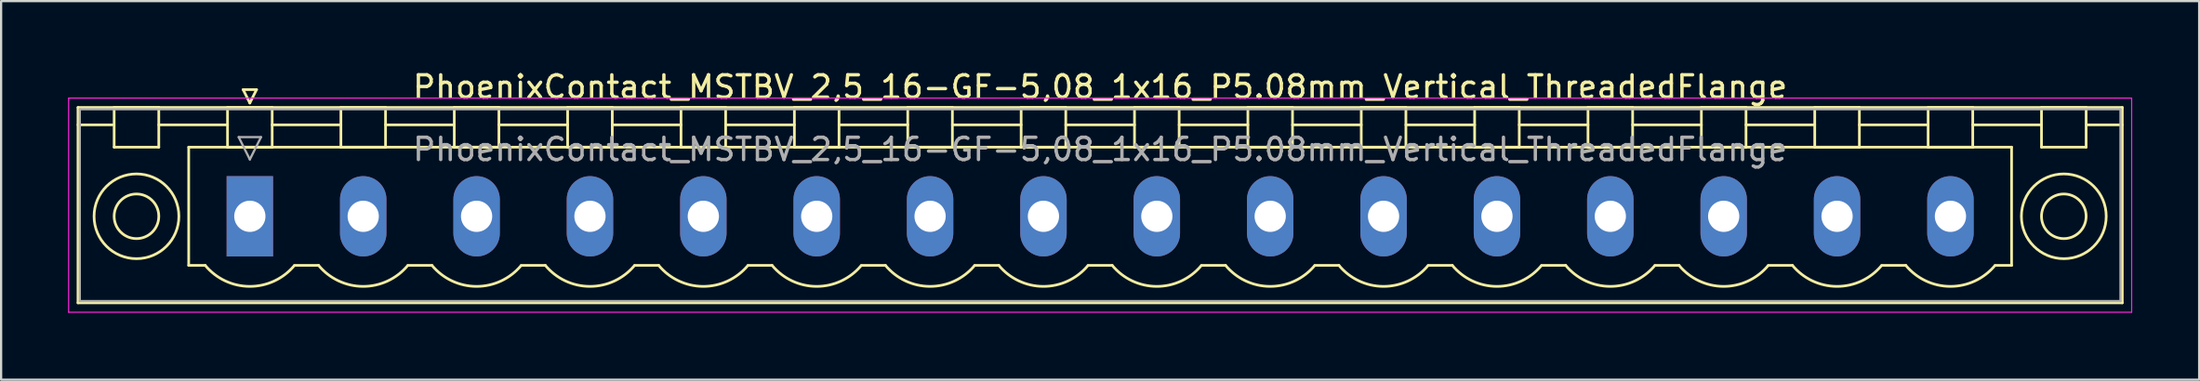
<source format=kicad_pcb>
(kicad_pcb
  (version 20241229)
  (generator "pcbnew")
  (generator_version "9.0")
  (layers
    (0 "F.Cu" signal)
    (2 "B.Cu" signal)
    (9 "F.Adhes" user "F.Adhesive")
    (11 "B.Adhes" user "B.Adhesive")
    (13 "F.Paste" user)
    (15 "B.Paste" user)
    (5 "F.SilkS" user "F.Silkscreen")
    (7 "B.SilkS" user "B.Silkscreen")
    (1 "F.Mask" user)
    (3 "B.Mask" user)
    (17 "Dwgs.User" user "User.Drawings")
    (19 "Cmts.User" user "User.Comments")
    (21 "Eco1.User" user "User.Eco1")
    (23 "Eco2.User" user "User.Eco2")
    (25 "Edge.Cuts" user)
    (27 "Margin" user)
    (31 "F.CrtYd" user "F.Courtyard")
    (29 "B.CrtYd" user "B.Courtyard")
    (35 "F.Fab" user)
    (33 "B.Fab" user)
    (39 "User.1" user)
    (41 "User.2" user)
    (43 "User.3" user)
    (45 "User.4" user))
  (footprint "PhoenixContact_MSTBV_2,5_16-GF-5,08_1x16_P5.08mm_Vertical_ThreadedFlange"
    (layer "F.Cu")
    (at 8.145 6.648)
    (property "Reference" "PhoenixContact_MSTBV_2,5_16-GF-5,08_1x16_P5.08mm_Vertical_ThreadedFlange" (at 38.1 -5.8 0) (layer "F.SilkS") (effects (font (size 1 1) (thickness 0.15))))
    (attr through_hole)
    (fp_line (start -7.7 -4.88) (end -7.7 3.88) (stroke (width 0.12) (type solid)) (layer "F.SilkS"))
    (fp_line (start -7.7 -4.1) (end -6.16 -4.1) (stroke (width 0.12) (type solid)) (layer "F.SilkS"))
    (fp_line (start -7.7 3.88) (end 83.9 3.88) (stroke (width 0.12) (type solid)) (layer "F.SilkS"))
    (fp_line (start -6.08 -4.88) (end -4.08 -4.88) (stroke (width 0.12) (type solid)) (layer "F.SilkS"))
    (fp_line (start -6.08 -3.1) (end -6.08 -4.88) (stroke (width 0.12) (type solid)) (layer "F.SilkS"))
    (fp_line (start -4.08 -4.88) (end -4.08 -3.1) (stroke (width 0.12) (type solid)) (layer "F.SilkS"))
    (fp_line (start -4.08 -4.1) (end -1 -4.1) (stroke (width 0.12) (type solid)) (layer "F.SilkS"))
    (fp_line (start -4.08 -3.1) (end -6.08 -3.1) (stroke (width 0.12) (type solid)) (layer "F.SilkS"))
    (fp_line (start -2.74 -3.1) (end 78.94 -3.1) (stroke (width 0.12) (type solid)) (layer "F.SilkS"))
    (fp_line (start -2.74 2.2) (end -2.74 -3.1) (stroke (width 0.12) (type solid)) (layer "F.SilkS"))
    (fp_line (start -2 2.2) (end -2.74 2.2) (stroke (width 0.12) (type solid)) (layer "F.SilkS"))
    (fp_line (start -1 -4.88) (end 1 -4.88) (stroke (width 0.12) (type solid)) (layer "F.SilkS"))
    (fp_line (start -1 -3.1) (end -1 -4.88) (stroke (width 0.12) (type solid)) (layer "F.SilkS"))
    (fp_line (start -0.3 -5.68) (end 0.3 -5.68) (stroke (width 0.12) (type solid)) (layer "F.SilkS"))
    (fp_line (start 0 -5.08) (end -0.3 -5.68) (stroke (width 0.12) (type solid)) (layer "F.SilkS"))
    (fp_line (start 0.3 -5.68) (end 0 -5.08) (stroke (width 0.12) (type solid)) (layer "F.SilkS"))
    (fp_line (start 1 -4.88) (end 1 -3.1) (stroke (width 0.12) (type solid)) (layer "F.SilkS"))
    (fp_line (start 1 -4.1) (end 4.08 -4.1) (stroke (width 0.12) (type solid)) (layer "F.SilkS"))
    (fp_line (start 1 -3.1) (end -1 -3.1) (stroke (width 0.12) (type solid)) (layer "F.SilkS"))
    (fp_line (start 2 2.2) (end 3.08 2.2) (stroke (width 0.12) (type solid)) (layer "F.SilkS"))
    (fp_line (start 4.08 -4.88) (end 6.08 -4.88) (stroke (width 0.12) (type solid)) (layer "F.SilkS"))
    (fp_line (start 4.08 -3.1) (end 4.08 -4.88) (stroke (width 0.12) (type solid)) (layer "F.SilkS"))
    (fp_line (start 6.08 -4.88) (end 6.08 -3.1) (stroke (width 0.12) (type solid)) (layer "F.SilkS"))
    (fp_line (start 6.08 -4.1) (end 9.16 -4.1) (stroke (width 0.12) (type solid)) (layer "F.SilkS"))
    (fp_line (start 6.08 -3.1) (end 4.08 -3.1) (stroke (width 0.12) (type solid)) (layer "F.SilkS"))
    (fp_line (start 7.08 2.2) (end 8.16 2.2) (stroke (width 0.12) (type solid)) (layer "F.SilkS"))
    (fp_line (start 9.16 -4.88) (end 11.16 -4.88) (stroke (width 0.12) (type solid)) (layer "F.SilkS"))
    (fp_line (start 9.16 -3.1) (end 9.16 -4.88) (stroke (width 0.12) (type solid)) (layer "F.SilkS"))
    (fp_line (start 11.16 -4.88) (end 11.16 -3.1) (stroke (width 0.12) (type solid)) (layer "F.SilkS"))
    (fp_line (start 11.16 -4.1) (end 14.24 -4.1) (stroke (width 0.12) (type solid)) (layer "F.SilkS"))
    (fp_line (start 11.16 -3.1) (end 9.16 -3.1) (stroke (width 0.12) (type solid)) (layer "F.SilkS"))
    (fp_line (start 12.16 2.2) (end 13.24 2.2) (stroke (width 0.12) (type solid)) (layer "F.SilkS"))
    (fp_line (start 14.24 -4.88) (end 16.24 -4.88) (stroke (width 0.12) (type solid)) (layer "F.SilkS"))
    (fp_line (start 14.24 -3.1) (end 14.24 -4.88) (stroke (width 0.12) (type solid)) (layer "F.SilkS"))
    (fp_line (start 16.24 -4.88) (end 16.24 -3.1) (stroke (width 0.12) (type solid)) (layer "F.SilkS"))
    (fp_line (start 16.24 -4.1) (end 19.32 -4.1) (stroke (width 0.12) (type solid)) (layer "F.SilkS"))
    (fp_line (start 16.24 -3.1) (end 14.24 -3.1) (stroke (width 0.12) (type solid)) (layer "F.SilkS"))
    (fp_line (start 17.24 2.2) (end 18.32 2.2) (stroke (width 0.12) (type solid)) (layer "F.SilkS"))
    (fp_line (start 19.32 -4.88) (end 21.32 -4.88) (stroke (width 0.12) (type solid)) (layer "F.SilkS"))
    (fp_line (start 19.32 -3.1) (end 19.32 -4.88) (stroke (width 0.12) (type solid)) (layer "F.SilkS"))
    (fp_line (start 21.32 -4.88) (end 21.32 -3.1) (stroke (width 0.12) (type solid)) (layer "F.SilkS"))
    (fp_line (start 21.32 -4.1) (end 24.4 -4.1) (stroke (width 0.12) (type solid)) (layer "F.SilkS"))
    (fp_line (start 21.32 -3.1) (end 19.32 -3.1) (stroke (width 0.12) (type solid)) (layer "F.SilkS"))
    (fp_line (start 22.32 2.2) (end 23.4 2.2) (stroke (width 0.12) (type solid)) (layer "F.SilkS"))
    (fp_line (start 24.4 -4.88) (end 26.4 -4.88) (stroke (width 0.12) (type solid)) (layer "F.SilkS"))
    (fp_line (start 24.4 -3.1) (end 24.4 -4.88) (stroke (width 0.12) (type solid)) (layer "F.SilkS"))
    (fp_line (start 26.4 -4.88) (end 26.4 -3.1) (stroke (width 0.12) (type solid)) (layer "F.SilkS"))
    (fp_line (start 26.4 -4.1) (end 29.48 -4.1) (stroke (width 0.12) (type solid)) (layer "F.SilkS"))
    (fp_line (start 26.4 -3.1) (end 24.4 -3.1) (stroke (width 0.12) (type solid)) (layer "F.SilkS"))
    (fp_line (start 27.4 2.2) (end 28.48 2.2) (stroke (width 0.12) (type solid)) (layer "F.SilkS"))
    (fp_line (start 29.48 -4.88) (end 31.48 -4.88) (stroke (width 0.12) (type solid)) (layer "F.SilkS"))
    (fp_line (start 29.48 -3.1) (end 29.48 -4.88) (stroke (width 0.12) (type solid)) (layer "F.SilkS"))
    (fp_line (start 31.48 -4.88) (end 31.48 -3.1) (stroke (width 0.12) (type solid)) (layer "F.SilkS"))
    (fp_line (start 31.48 -4.1) (end 34.56 -4.1) (stroke (width 0.12) (type solid)) (layer "F.SilkS"))
    (fp_line (start 31.48 -3.1) (end 29.48 -3.1) (stroke (width 0.12) (type solid)) (layer "F.SilkS"))
    (fp_line (start 32.48 2.2) (end 33.56 2.2) (stroke (width 0.12) (type solid)) (layer "F.SilkS"))
    (fp_line (start 34.56 -4.88) (end 36.56 -4.88) (stroke (width 0.12) (type solid)) (layer "F.SilkS"))
    (fp_line (start 34.56 -3.1) (end 34.56 -4.88) (stroke (width 0.12) (type solid)) (layer "F.SilkS"))
    (fp_line (start 36.56 -4.88) (end 36.56 -3.1) (stroke (width 0.12) (type solid)) (layer "F.SilkS"))
    (fp_line (start 36.56 -4.1) (end 39.64 -4.1) (stroke (width 0.12) (type solid)) (layer "F.SilkS"))
    (fp_line (start 36.56 -3.1) (end 34.56 -3.1) (stroke (width 0.12) (type solid)) (layer "F.SilkS"))
    (fp_line (start 37.56 2.2) (end 38.64 2.2) (stroke (width 0.12) (type solid)) (layer "F.SilkS"))
    (fp_line (start 39.64 -4.88) (end 41.64 -4.88) (stroke (width 0.12) (type solid)) (layer "F.SilkS"))
    (fp_line (start 39.64 -3.1) (end 39.64 -4.88) (stroke (width 0.12) (type solid)) (layer "F.SilkS"))
    (fp_line (start 41.64 -4.88) (end 41.64 -3.1) (stroke (width 0.12) (type solid)) (layer "F.SilkS"))
    (fp_line (start 41.64 -4.1) (end 44.72 -4.1) (stroke (width 0.12) (type solid)) (layer "F.SilkS"))
    (fp_line (start 41.64 -3.1) (end 39.64 -3.1) (stroke (width 0.12) (type solid)) (layer "F.SilkS"))
    (fp_line (start 42.64 2.2) (end 43.72 2.2) (stroke (width 0.12) (type solid)) (layer "F.SilkS"))
    (fp_line (start 44.72 -4.88) (end 46.72 -4.88) (stroke (width 0.12) (type solid)) (layer "F.SilkS"))
    (fp_line (start 44.72 -3.1) (end 44.72 -4.88) (stroke (width 0.12) (type solid)) (layer "F.SilkS"))
    (fp_line (start 46.72 -4.88) (end 46.72 -3.1) (stroke (width 0.12) (type solid)) (layer "F.SilkS"))
    (fp_line (start 46.72 -4.1) (end 49.8 -4.1) (stroke (width 0.12) (type solid)) (layer "F.SilkS"))
    (fp_line (start 46.72 -3.1) (end 44.72 -3.1) (stroke (width 0.12) (type solid)) (layer "F.SilkS"))
    (fp_line (start 47.72 2.2) (end 48.8 2.2) (stroke (width 0.12) (type solid)) (layer "F.SilkS"))
    (fp_line (start 49.8 -4.88) (end 51.8 -4.88) (stroke (width 0.12) (type solid)) (layer "F.SilkS"))
    (fp_line (start 49.8 -3.1) (end 49.8 -4.88) (stroke (width 0.12) (type solid)) (layer "F.SilkS"))
    (fp_line (start 51.8 -4.88) (end 51.8 -3.1) (stroke (width 0.12) (type solid)) (layer "F.SilkS"))
    (fp_line (start 51.8 -4.1) (end 54.88 -4.1) (stroke (width 0.12) (type solid)) (layer "F.SilkS"))
    (fp_line (start 51.8 -3.1) (end 49.8 -3.1) (stroke (width 0.12) (type solid)) (layer "F.SilkS"))
    (fp_line (start 52.8 2.2) (end 53.88 2.2) (stroke (width 0.12) (type solid)) (layer "F.SilkS"))
    (fp_line (start 54.88 -4.88) (end 56.88 -4.88) (stroke (width 0.12) (type solid)) (layer "F.SilkS"))
    (fp_line (start 54.88 -3.1) (end 54.88 -4.88) (stroke (width 0.12) (type solid)) (layer "F.SilkS"))
    (fp_line (start 56.88 -4.88) (end 56.88 -3.1) (stroke (width 0.12) (type solid)) (layer "F.SilkS"))
    (fp_line (start 56.88 -4.1) (end 59.96 -4.1) (stroke (width 0.12) (type solid)) (layer "F.SilkS"))
    (fp_line (start 56.88 -3.1) (end 54.88 -3.1) (stroke (width 0.12) (type solid)) (layer "F.SilkS"))
    (fp_line (start 57.88 2.2) (end 58.96 2.2) (stroke (width 0.12) (type solid)) (layer "F.SilkS"))
    (fp_line (start 59.96 -4.88) (end 61.96 -4.88) (stroke (width 0.12) (type solid)) (layer "F.SilkS"))
    (fp_line (start 59.96 -3.1) (end 59.96 -4.88) (stroke (width 0.12) (type solid)) (layer "F.SilkS"))
    (fp_line (start 61.96 -4.88) (end 61.96 -3.1) (stroke (width 0.12) (type solid)) (layer "F.SilkS"))
    (fp_line (start 61.96 -4.1) (end 65.04 -4.1) (stroke (width 0.12) (type solid)) (layer "F.SilkS"))
    (fp_line (start 61.96 -3.1) (end 59.96 -3.1) (stroke (width 0.12) (type solid)) (layer "F.SilkS"))
    (fp_line (start 62.96 2.2) (end 64.04 2.2) (stroke (width 0.12) (type solid)) (layer "F.SilkS"))
    (fp_line (start 65.04 -4.88) (end 67.04 -4.88) (stroke (width 0.12) (type solid)) (layer "F.SilkS"))
    (fp_line (start 65.04 -3.1) (end 65.04 -4.88) (stroke (width 0.12) (type solid)) (layer "F.SilkS"))
    (fp_line (start 67.04 -4.88) (end 67.04 -3.1) (stroke (width 0.12) (type solid)) (layer "F.SilkS"))
    (fp_line (start 67.04 -4.1) (end 70.12 -4.1) (stroke (width 0.12) (type solid)) (layer "F.SilkS"))
    (fp_line (start 67.04 -3.1) (end 65.04 -3.1) (stroke (width 0.12) (type solid)) (layer "F.SilkS"))
    (fp_line (start 68.04 2.2) (end 69.12 2.2) (stroke (width 0.12) (type solid)) (layer "F.SilkS"))
    (fp_line (start 70.12 -4.88) (end 72.12 -4.88) (stroke (width 0.12) (type solid)) (layer "F.SilkS"))
    (fp_line (start 70.12 -3.1) (end 70.12 -4.88) (stroke (width 0.12) (type solid)) (layer "F.SilkS"))
    (fp_line (start 72.12 -4.88) (end 72.12 -3.1) (stroke (width 0.12) (type solid)) (layer "F.SilkS"))
    (fp_line (start 72.12 -4.1) (end 75.2 -4.1) (stroke (width 0.12) (type solid)) (layer "F.SilkS"))
    (fp_line (start 72.12 -3.1) (end 70.12 -3.1) (stroke (width 0.12) (type solid)) (layer "F.SilkS"))
    (fp_line (start 73.12 2.2) (end 74.2 2.2) (stroke (width 0.12) (type solid)) (layer "F.SilkS"))
    (fp_line (start 75.2 -4.88) (end 77.2 -4.88) (stroke (width 0.12) (type solid)) (layer "F.SilkS"))
    (fp_line (start 75.2 -3.1) (end 75.2 -4.88) (stroke (width 0.12) (type solid)) (layer "F.SilkS"))
    (fp_line (start 77.2 -4.88) (end 77.2 -3.1) (stroke (width 0.12) (type solid)) (layer "F.SilkS"))
    (fp_line (start 77.2 -4.1) (end 80.28 -4.1) (stroke (width 0.12) (type solid)) (layer "F.SilkS"))
    (fp_line (start 77.2 -3.1) (end 75.2 -3.1) (stroke (width 0.12) (type solid)) (layer "F.SilkS"))
    (fp_line (start 78.94 -3.1) (end 78.94 2.2) (stroke (width 0.12) (type solid)) (layer "F.SilkS"))
    (fp_line (start 78.94 2.2) (end 78.2 2.2) (stroke (width 0.12) (type solid)) (layer "F.SilkS"))
    (fp_line (start 80.28 -4.88) (end 82.28 -4.88) (stroke (width 0.12) (type solid)) (layer "F.SilkS"))
    (fp_line (start 80.28 -3.1) (end 80.28 -4.88) (stroke (width 0.12) (type solid)) (layer "F.SilkS"))
    (fp_line (start 82.28 -4.88) (end 82.28 -3.1) (stroke (width 0.12) (type solid)) (layer "F.SilkS"))
    (fp_line (start 82.28 -3.1) (end 80.28 -3.1) (stroke (width 0.12) (type solid)) (layer "F.SilkS"))
    (fp_line (start 83.9 -4.88) (end -7.7 -4.88) (stroke (width 0.12) (type solid)) (layer "F.SilkS"))
    (fp_line (start 83.9 -4.1) (end 82.36 -4.1) (stroke (width 0.12) (type solid)) (layer "F.SilkS"))
    (fp_line (start 83.9 3.88) (end 83.9 -4.88) (stroke (width 0.12) (type solid)) (layer "F.SilkS"))
    (fp_arc (start 1.986842 2.215821) (mid -0.010289 3.142758) (end -2 2.2) (stroke (width 0.12) (type solid)) (layer "F.SilkS"))
    (fp_arc (start 7.066842 2.215821) (mid 5.069711 3.142758) (end 3.08 2.2) (stroke (width 0.12) (type solid)) (layer "F.SilkS"))
    (fp_arc (start 12.146842 2.215821) (mid 10.149711 3.142758) (end 8.16 2.2) (stroke (width 0.12) (type solid)) (layer "F.SilkS"))
    (fp_arc (start 17.226842 2.215821) (mid 15.229711 3.142758) (end 13.24 2.2) (stroke (width 0.12) (type solid)) (layer "F.SilkS"))
    (fp_arc (start 22.306842 2.215821) (mid 20.309711 3.142758) (end 18.32 2.2) (stroke (width 0.12) (type solid)) (layer "F.SilkS"))
    (fp_arc (start 27.386842 2.215821) (mid 25.389711 3.142758) (end 23.4 2.2) (stroke (width 0.12) (type solid)) (layer "F.SilkS"))
    (fp_arc (start 32.466842 2.215821) (mid 30.469711 3.142758) (end 28.48 2.2) (stroke (width 0.12) (type solid)) (layer "F.SilkS"))
    (fp_arc (start 37.546842 2.215821) (mid 35.549711 3.142758) (end 33.56 2.2) (stroke (width 0.12) (type solid)) (layer "F.SilkS"))
    (fp_arc (start 42.626842 2.215821) (mid 40.629711 3.142758) (end 38.64 2.2) (stroke (width 0.12) (type solid)) (layer "F.SilkS"))
    (fp_arc (start 47.706842 2.215821) (mid 45.709711 3.142758) (end 43.72 2.2) (stroke (width 0.12) (type solid)) (layer "F.SilkS"))
    (fp_arc (start 52.786842 2.215821) (mid 50.789711 3.142758) (end 48.8 2.2) (stroke (width 0.12) (type solid)) (layer "F.SilkS"))
    (fp_arc (start 57.866842 2.215821) (mid 55.869711 3.142758) (end 53.88 2.2) (stroke (width 0.12) (type solid)) (layer "F.SilkS"))
    (fp_arc (start 62.946842 2.215821) (mid 60.949711 3.142758) (end 58.96 2.2) (stroke (width 0.12) (type solid)) (layer "F.SilkS"))
    (fp_arc (start 68.026842 2.215821) (mid 66.029711 3.142758) (end 64.04 2.2) (stroke (width 0.12) (type solid)) (layer "F.SilkS"))
    (fp_arc (start 73.106842 2.215821) (mid 71.109711 3.142758) (end 69.12 2.2) (stroke (width 0.12) (type solid)) (layer "F.SilkS"))
    (fp_arc (start 78.186842 2.215821) (mid 76.189711 3.142758) (end 74.2 2.2) (stroke (width 0.12) (type solid)) (layer "F.SilkS"))
    (fp_circle (center -5.08 0) (end -4.08 0) (stroke (width 0.12) (type solid)) (fill no) (layer "F.SilkS"))
    (fp_circle (center -5.08 0) (end -3.18 0) (stroke (width 0.12) (type solid)) (fill no) (layer "F.SilkS"))
    (fp_circle (center 81.28 0) (end 82.28 0) (stroke (width 0.12) (type solid)) (fill no) (layer "F.SilkS"))
    (fp_circle (center 81.28 0) (end 83.18 0) (stroke (width 0.12) (type solid)) (fill no) (layer "F.SilkS"))
    (fp_line (start -8.12 -5.3) (end -8.12 4.3) (stroke (width 0.05) (type solid)) (layer "F.CrtYd"))
    (fp_line (start -8.12 4.3) (end 84.32 4.3) (stroke (width 0.05) (type solid)) (layer "F.CrtYd"))
    (fp_line (start 84.32 -5.3) (end -8.12 -5.3) (stroke (width 0.05) (type solid)) (layer "F.CrtYd"))
    (fp_line (start 84.32 4.3) (end 84.32 -5.3) (stroke (width 0.05) (type solid)) (layer "F.CrtYd"))
    (fp_line (start -7.62 -4.8) (end -7.62 3.8) (stroke (width 0.1) (type solid)) (layer "F.Fab"))
    (fp_line (start -7.62 3.8) (end 83.82 3.8) (stroke (width 0.1) (type solid)) (layer "F.Fab"))
    (fp_line (start -0.5 -3.55) (end 0.5 -3.55) (stroke (width 0.1) (type solid)) (layer "F.Fab"))
    (fp_line (start 0 -2.55) (end -0.5 -3.55) (stroke (width 0.1) (type solid)) (layer "F.Fab"))
    (fp_line (start 0.5 -3.55) (end 0 -2.55) (stroke (width 0.1) (type solid)) (layer "F.Fab"))
    (fp_line (start 83.82 -4.8) (end -7.62 -4.8) (stroke (width 0.1) (type solid)) (layer "F.Fab"))
    (fp_line (start 83.82 3.8) (end 83.82 -4.8) (stroke (width 0.1) (type solid)) (layer "F.Fab"))
    (fp_text user "${REFERENCE}" (at 38.1 -3 0) (layer "F.Fab") (effects (font (size 1 1) (thickness 0.15))))
    (pad "1" thru_hole rect (at 0 0) (size 2.08 3.6) (drill 1.4) (layers "*.Cu" "*.Mask"))
    (pad "2" thru_hole oval (at 5.08 0) (size 2.08 3.6) (drill 1.4) (layers "*.Cu" "*.Mask"))
    (pad "3" thru_hole oval (at 10.16 0) (size 2.08 3.6) (drill 1.4) (layers "*.Cu" "*.Mask"))
    (pad "4" thru_hole oval (at 15.24 0) (size 2.08 3.6) (drill 1.4) (layers "*.Cu" "*.Mask"))
    (pad "5" thru_hole oval (at 20.32 0) (size 2.08 3.6) (drill 1.4) (layers "*.Cu" "*.Mask"))
    (pad "6" thru_hole oval (at 25.4 0) (size 2.08 3.6) (drill 1.4) (layers "*.Cu" "*.Mask"))
    (pad "7" thru_hole oval (at 30.48 0) (size 2.08 3.6) (drill 1.4) (layers "*.Cu" "*.Mask"))
    (pad "8" thru_hole oval (at 35.56 0) (size 2.08 3.6) (drill 1.4) (layers "*.Cu" "*.Mask"))
    (pad "9" thru_hole oval (at 40.64 0) (size 2.08 3.6) (drill 1.4) (layers "*.Cu" "*.Mask"))
    (pad "10" thru_hole oval (at 45.72 0) (size 2.08 3.6) (drill 1.4) (layers "*.Cu" "*.Mask"))
    (pad "11" thru_hole oval (at 50.8 0) (size 2.08 3.6) (drill 1.4) (layers "*.Cu" "*.Mask"))
    (pad "12" thru_hole oval (at 55.88 0) (size 2.08 3.6) (drill 1.4) (layers "*.Cu" "*.Mask"))
    (pad "13" thru_hole oval (at 60.96 0) (size 2.08 3.6) (drill 1.4) (layers "*.Cu" "*.Mask"))
    (pad "14" thru_hole oval (at 66.04 0) (size 2.08 3.6) (drill 1.4) (layers "*.Cu" "*.Mask"))
    (pad "15" thru_hole oval (at 71.12 0) (size 2.08 3.6) (drill 1.4) (layers "*.Cu" "*.Mask"))
    (pad "16" thru_hole oval (at 76.2 0) (size 2.08 3.6) (drill 1.4) (layers "*.Cu" "*.Mask")))
  (gr_rect
    (start -3 -3)
    (end 95.49 13.973)
    (stroke (width 0.1) (type default))
    (fill no)
    (layer "Edge.Cuts")))
</source>
